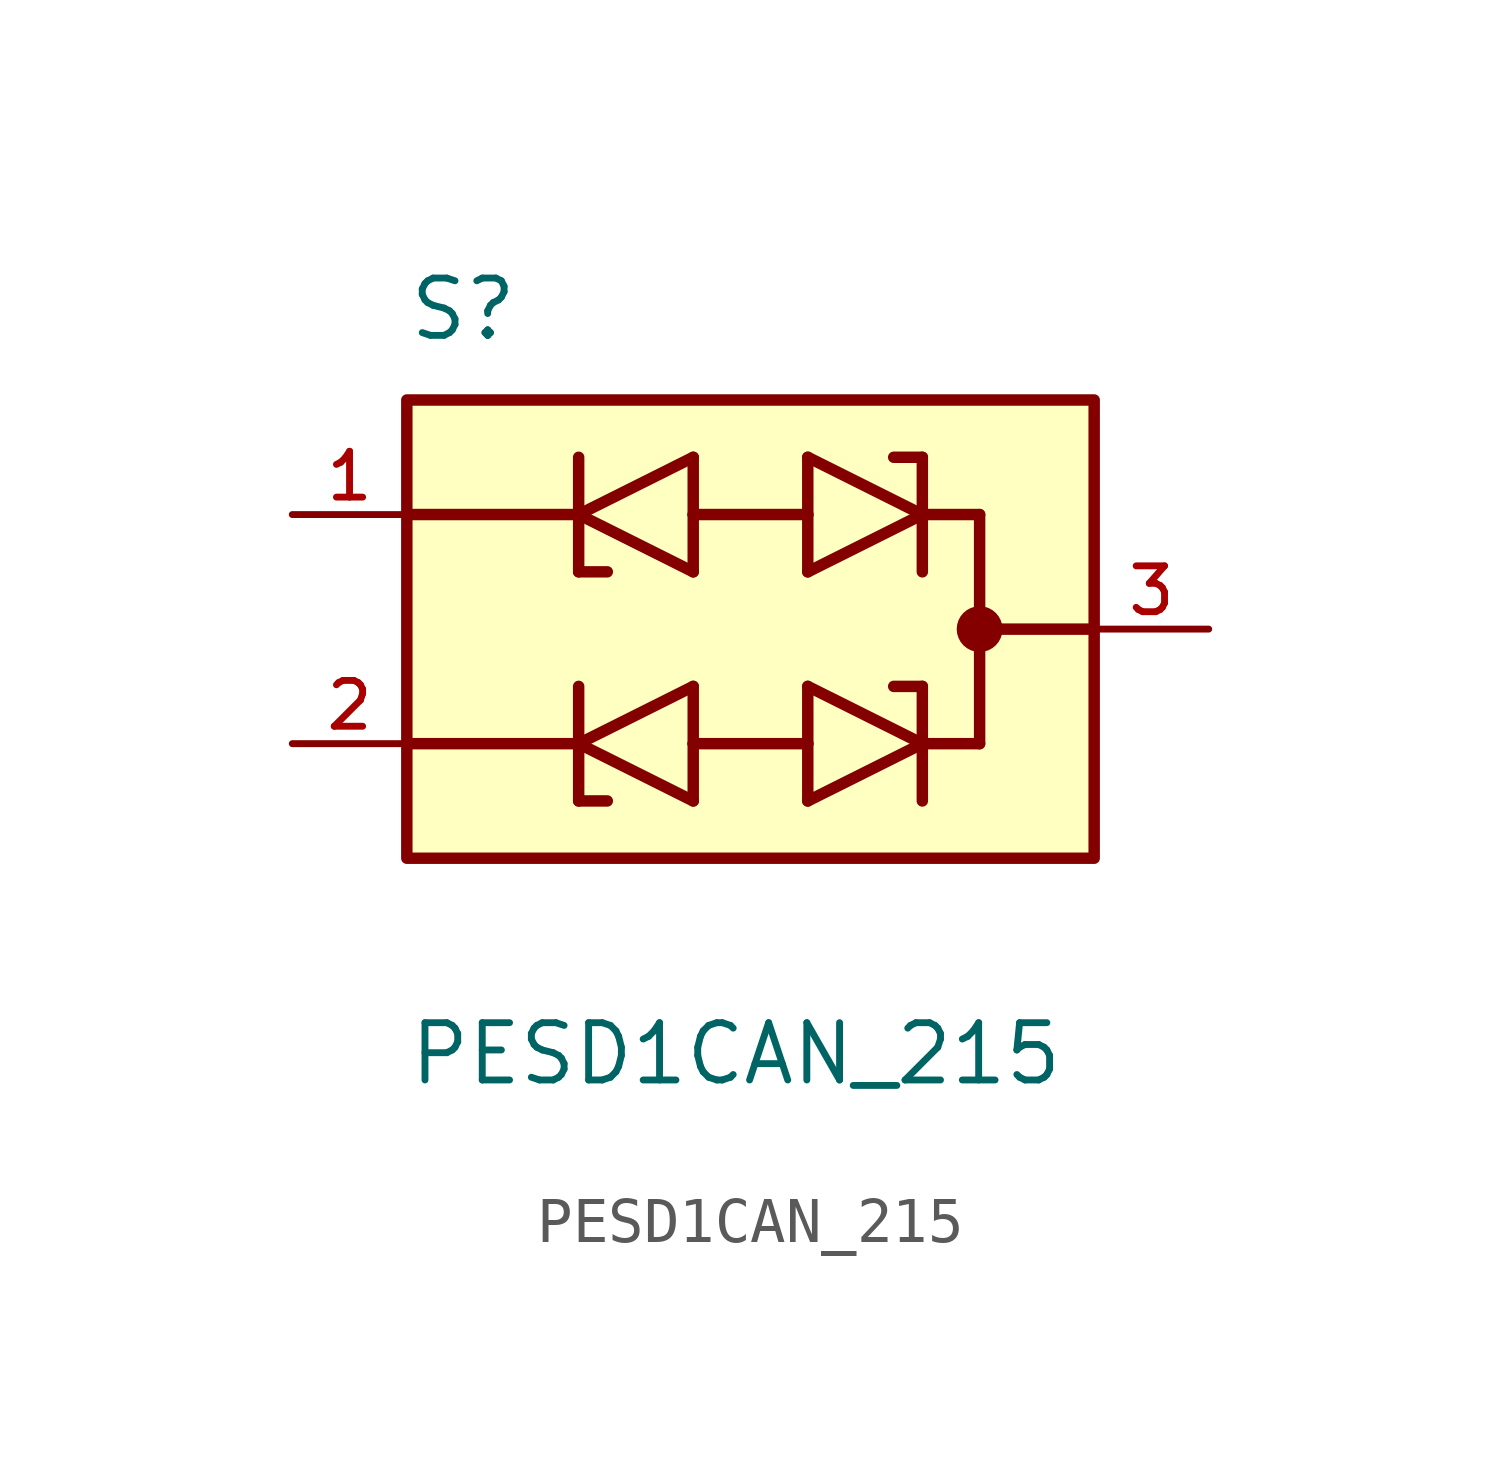
<source format=kicad_sym>
(kicad_symbol_lib
  (version 20211014)
  (generator kicad_symbol_editor)
  (symbol "PESD1CAN_215"
    (pin_names
      (offset 1.016))
    (property "Reference" "S"
      (at -7.62 6.35 0)
      (effects (font (size 1.27 1.27)) (justify bottom left)))
    (property "Value" "PESD1CAN_215"
      (at -7.62 -10.16 0)
      (effects (font (size 1.27 1.27)) (justify bottom left)))
    (symbol "PESD1CAN_215_0_0"
      (polyline (pts (xy 1.27 1.27) (xy 3.81 2.54)) (stroke (width 0.254)))
      (polyline (pts (xy 3.81 2.54) (xy 1.27 3.81)) (stroke (width 0.254)))
      (polyline (pts (xy 3.175 3.81) (xy 3.81 3.81)) (stroke (width 0.254)))
      (polyline (pts (xy 3.81 3.81) (xy 3.81 2.54)) (stroke (width 0.254)))
      (polyline (pts (xy 1.27 3.81) (xy 1.27 2.54)) (stroke (width 0.254)))
      (polyline (pts (xy 1.27 2.54) (xy 1.27 1.27)) (stroke (width 0.254)))
      (polyline (pts (xy 3.81 2.54) (xy 3.81 1.27)) (stroke (width 0.254)))
      (polyline (pts (xy -1.27 2.54) (xy 1.27 2.54)) (stroke (width 0.254)))
      (polyline (pts (xy 5.08 2.54) (xy 3.81 2.54)) (stroke (width 0.254)))
      (polyline (pts (xy -1.27 3.81) (xy -3.81 2.54)) (stroke (width 0.254)))
      (polyline (pts (xy -3.81 2.54) (xy -1.27 1.27)) (stroke (width 0.254)))
      (polyline (pts (xy -3.175 1.27) (xy -3.81 1.27)) (stroke (width 0.254)))
      (polyline (pts (xy -3.81 1.27) (xy -3.81 2.54)) (stroke (width 0.254)))
      (polyline (pts (xy -1.27 1.27) (xy -1.27 2.54)) (stroke (width 0.254)))
      (polyline (pts (xy -1.27 2.54) (xy -1.27 3.81)) (stroke (width 0.254)))
      (polyline (pts (xy -3.81 2.54) (xy -3.81 3.81)) (stroke (width 0.254)))
      (polyline (pts (xy -7.62 2.54) (xy -3.81 2.54)) (stroke (width 0.254)))
      (polyline (pts (xy 1.27 -3.81) (xy 3.81 -2.54)) (stroke (width 0.254)))
      (polyline (pts (xy 3.81 -2.54) (xy 1.27 -1.27)) (stroke (width 0.254)))
      (polyline (pts (xy 3.175 -1.27) (xy 3.81 -1.27)) (stroke (width 0.254)))
      (polyline (pts (xy 3.81 -1.27) (xy 3.81 -2.54)) (stroke (width 0.254)))
      (polyline (pts (xy 1.27 -1.27) (xy 1.27 -2.54)) (stroke (width 0.254)))
      (polyline (pts (xy 1.27 -2.54) (xy 1.27 -3.81)) (stroke (width 0.254)))
      (polyline (pts (xy 3.81 -2.54) (xy 3.81 -3.81)) (stroke (width 0.254)))
      (polyline (pts (xy -1.27 -2.54) (xy 1.27 -2.54)) (stroke (width 0.254)))
      (polyline (pts (xy 5.08 -2.54) (xy 3.81 -2.54)) (stroke (width 0.254)))
      (polyline (pts (xy -1.27 -1.27) (xy -3.81 -2.54)) (stroke (width 0.254)))
      (polyline (pts (xy -3.81 -2.54) (xy -1.27 -3.81)) (stroke (width 0.254)))
      (polyline (pts (xy -3.175 -3.81) (xy -3.81 -3.81)) (stroke (width 0.254)))
      (polyline (pts (xy -3.81 -3.81) (xy -3.81 -2.54)) (stroke (width 0.254)))
      (polyline (pts (xy -1.27 -3.81) (xy -1.27 -2.54)) (stroke (width 0.254)))
      (polyline (pts (xy -1.27 -2.54) (xy -1.27 -1.27)) (stroke (width 0.254)))
      (polyline (pts (xy -3.81 -2.54) (xy -3.81 -1.27)) (stroke (width 0.254)))
      (polyline (pts (xy -7.62 -2.54) (xy -3.81 -2.54)) (stroke (width 0.254)))
      (polyline (pts (xy 5.08 2.54) (xy 5.08 0.0)) (stroke (width 0.254)))
      (polyline (pts (xy 5.08 0.0) (xy 5.08 -2.54)) (stroke (width 0.254)))
      (polyline (pts (xy 5.08 0.0) (xy 7.62 0.0)) (stroke (width 0.254)))
      (circle (center 5.08 0.0) (radius 0.254) (stroke (width 0.508)) (fill (type none)))
      (rectangle (start -7.62 -5.08) (end 7.62 5.08) (stroke (width 0.254)) (fill (type background)))
      (pin passive line (at 10.16 0.0 180.0) (length 2.54) (name "~" (effects (font (size 1.016 1.016)))) (number "3" (effects (font (size 1.016 1.016)))))
      (pin passive line (at -10.16 2.54 0) (length 2.54) (name "~" (effects (font (size 1.016 1.016)))) (number "1" (effects (font (size 1.016 1.016)))))
      (pin passive line (at -10.16 -2.54 0) (length 2.54) (name "~" (effects (font (size 1.016 1.016)))) (number "2" (effects (font (size 1.016 1.016))))))))
</source>
